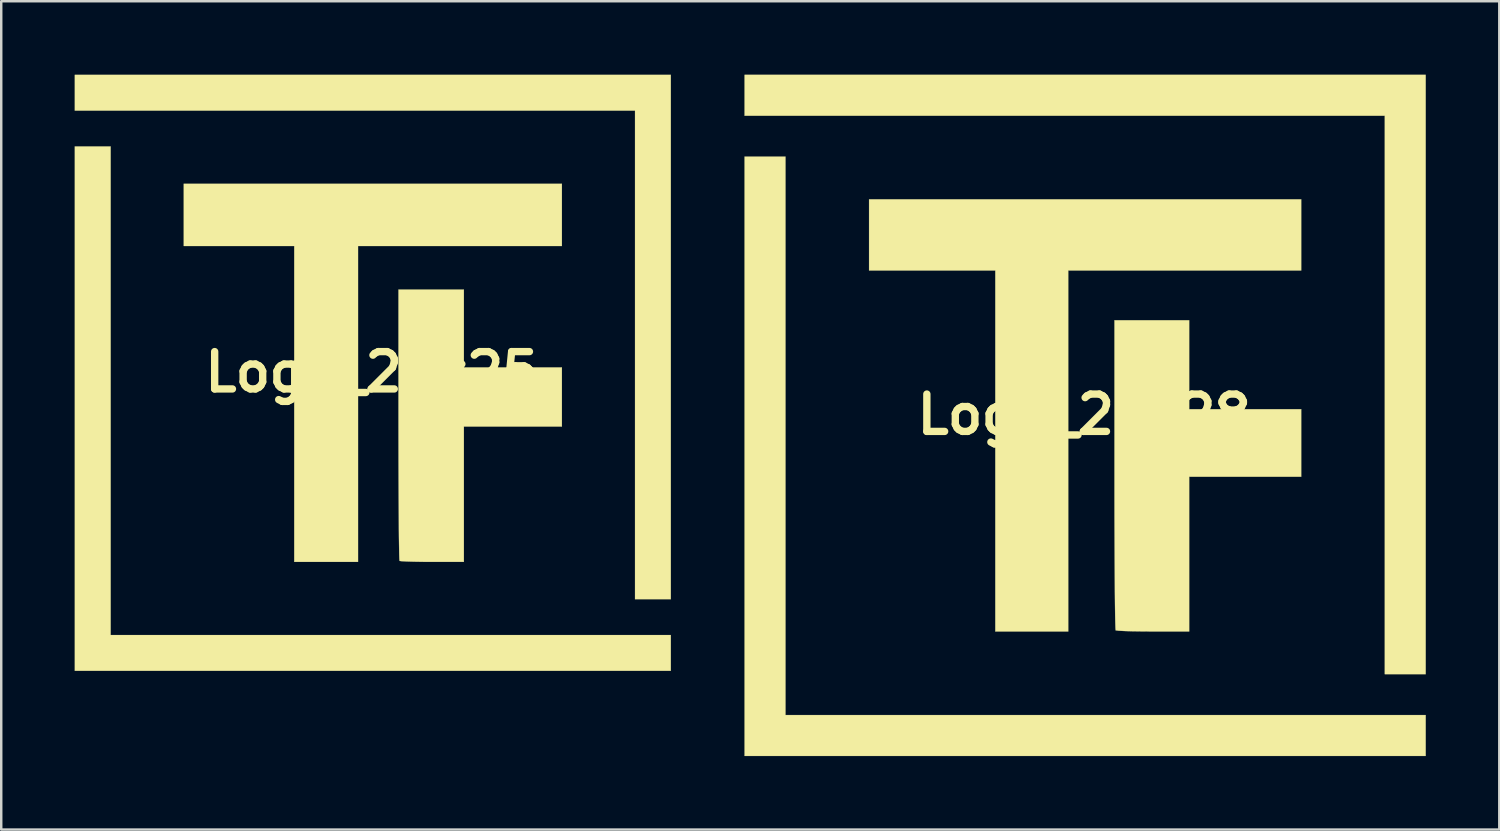
<source format=kicad_pcb>
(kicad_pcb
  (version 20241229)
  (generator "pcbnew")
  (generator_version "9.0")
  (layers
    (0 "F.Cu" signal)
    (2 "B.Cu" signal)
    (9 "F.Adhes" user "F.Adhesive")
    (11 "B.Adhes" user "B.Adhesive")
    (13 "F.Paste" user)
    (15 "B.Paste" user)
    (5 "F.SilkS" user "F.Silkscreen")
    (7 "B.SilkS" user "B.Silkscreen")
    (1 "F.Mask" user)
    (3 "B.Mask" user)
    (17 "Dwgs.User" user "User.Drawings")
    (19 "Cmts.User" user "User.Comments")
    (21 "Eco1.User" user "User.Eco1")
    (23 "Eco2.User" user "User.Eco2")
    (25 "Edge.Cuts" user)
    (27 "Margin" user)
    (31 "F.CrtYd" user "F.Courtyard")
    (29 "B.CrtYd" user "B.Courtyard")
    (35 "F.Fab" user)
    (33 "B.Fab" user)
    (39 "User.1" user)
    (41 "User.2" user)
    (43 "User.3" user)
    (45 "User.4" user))
  (footprint "Logo_28x28"
    (layer "F.Cu")
    (at 41.197 13.866)
    (property "Reference" "Logo_28x28" (at 0 0 0) (layer "F.SilkS") (effects (font (size 1.524 1.524) (thickness 0.3))))
    (attr through_hole)
    (fp_poly (pts (xy -12.192 12.265) (xy 13.934 12.265) (xy 13.934 13.934) (xy -13.861 13.934) (xy -13.861 -10.523) (xy -12.192 -10.523) (xy -12.192 12.265)) (stroke (width 0.01) (type solid)) (fill yes) (layer "F.SilkS"))
    (fp_poly (pts (xy 13.934 10.595) (xy 12.265 10.595) (xy 12.265 -12.192) (xy -13.861 -12.192) (xy -13.861 -13.861) (xy 13.934 -13.861) (xy 13.934 10.595)) (stroke (width 0.01) (type solid)) (fill yes) (layer "F.SilkS"))
    (fp_poly (pts (xy 8.854 -5.878) (xy -0.653 -5.878) (xy -0.653 8.854) (xy -3.629 8.854) (xy -3.629 -5.878) (xy -8.781 -5.878) (xy -8.781 -8.781) (xy 8.854 -8.781) (xy 8.854 -5.878)) (stroke (width 0.01) (type solid)) (fill yes) (layer "F.SilkS"))
    (fp_poly (pts (xy 4.282 -0.218) (xy 8.854 -0.218) (xy 8.854 2.54) (xy 4.282 2.54) (xy 4.282 8.854) (xy 2.806 8.854) (xy 2.357 8.851) (xy 1.959 8.845) (xy 1.633 8.835) (xy 1.402 8.823) (xy 1.289 8.809) (xy 1.282 8.805) (xy 1.275 8.727) (xy 1.268 8.514) (xy 1.261 8.177) (xy 1.255 7.727) (xy 1.25 7.174) (xy 1.245 6.528) (xy 1.241 5.8) (xy 1.238 5.001) (xy 1.235 4.14) (xy 1.234 3.23) (xy 1.234 2.455) (xy 1.234 -3.846) (xy 4.282 -3.846) (xy 4.282 -0.218)) (stroke (width 0.01) (type solid)) (fill yes) (layer "F.SilkS")))
  (footprint "Logo_25x25"
    (layer "F.Cu")
    (at 12.133 12.133)
    (property "Reference" "Logo_25x25" (at 0 0 0) (layer "F.SilkS") (effects (font (size 1.524 1.524) (thickness 0.3))))
    (attr through_hole)
    (fp_poly (pts (xy -10.668 10.732) (xy 12.192 10.732) (xy 12.192 12.192) (xy -12.129 12.192) (xy -12.129 -9.207) (xy -10.668 -9.207) (xy -10.668 10.732)) (stroke (width 0.01) (type solid)) (fill yes) (layer "F.SilkS"))
    (fp_poly (pts (xy 12.192 9.271) (xy 10.732 9.271) (xy 10.732 -10.668) (xy -12.129 -10.668) (xy -12.129 -12.129) (xy 12.192 -12.129) (xy 12.192 9.271)) (stroke (width 0.01) (type solid)) (fill yes) (layer "F.SilkS"))
    (fp_poly (pts (xy 7.747 -5.144) (xy -0.572 -5.144) (xy -0.572 7.747) (xy -3.175 7.747) (xy -3.175 -5.144) (xy -7.684 -5.144) (xy -7.684 -7.684) (xy 7.747 -7.684) (xy 7.747 -5.144)) (stroke (width 0.01) (type solid)) (fill yes) (layer "F.SilkS"))
    (fp_poly (pts (xy 3.747 -0.191) (xy 7.747 -0.191) (xy 7.747 2.223) (xy 3.747 2.223) (xy 3.747 7.747) (xy 2.455 7.747) (xy 2.063 7.745) (xy 1.714 7.739) (xy 1.429 7.731) (xy 1.227 7.72) (xy 1.128 7.708) (xy 1.122 7.705) (xy 1.115 7.636) (xy 1.109 7.45) (xy 1.104 7.155) (xy 1.098 6.761) (xy 1.094 6.277) (xy 1.09 5.712) (xy 1.086 5.075) (xy 1.083 4.376) (xy 1.081 3.623) (xy 1.08 2.826) (xy 1.079 2.148) (xy 1.079 -3.365) (xy 3.747 -3.365) (xy 3.747 -0.191)) (stroke (width 0.01) (type solid)) (fill yes) (layer "F.SilkS")))
  (gr_rect
    (start -3 -3)
    (end 58.135 30.805)
    (stroke (width 0.1) (type default))
    (fill no)
    (layer "Edge.Cuts")))
</source>
